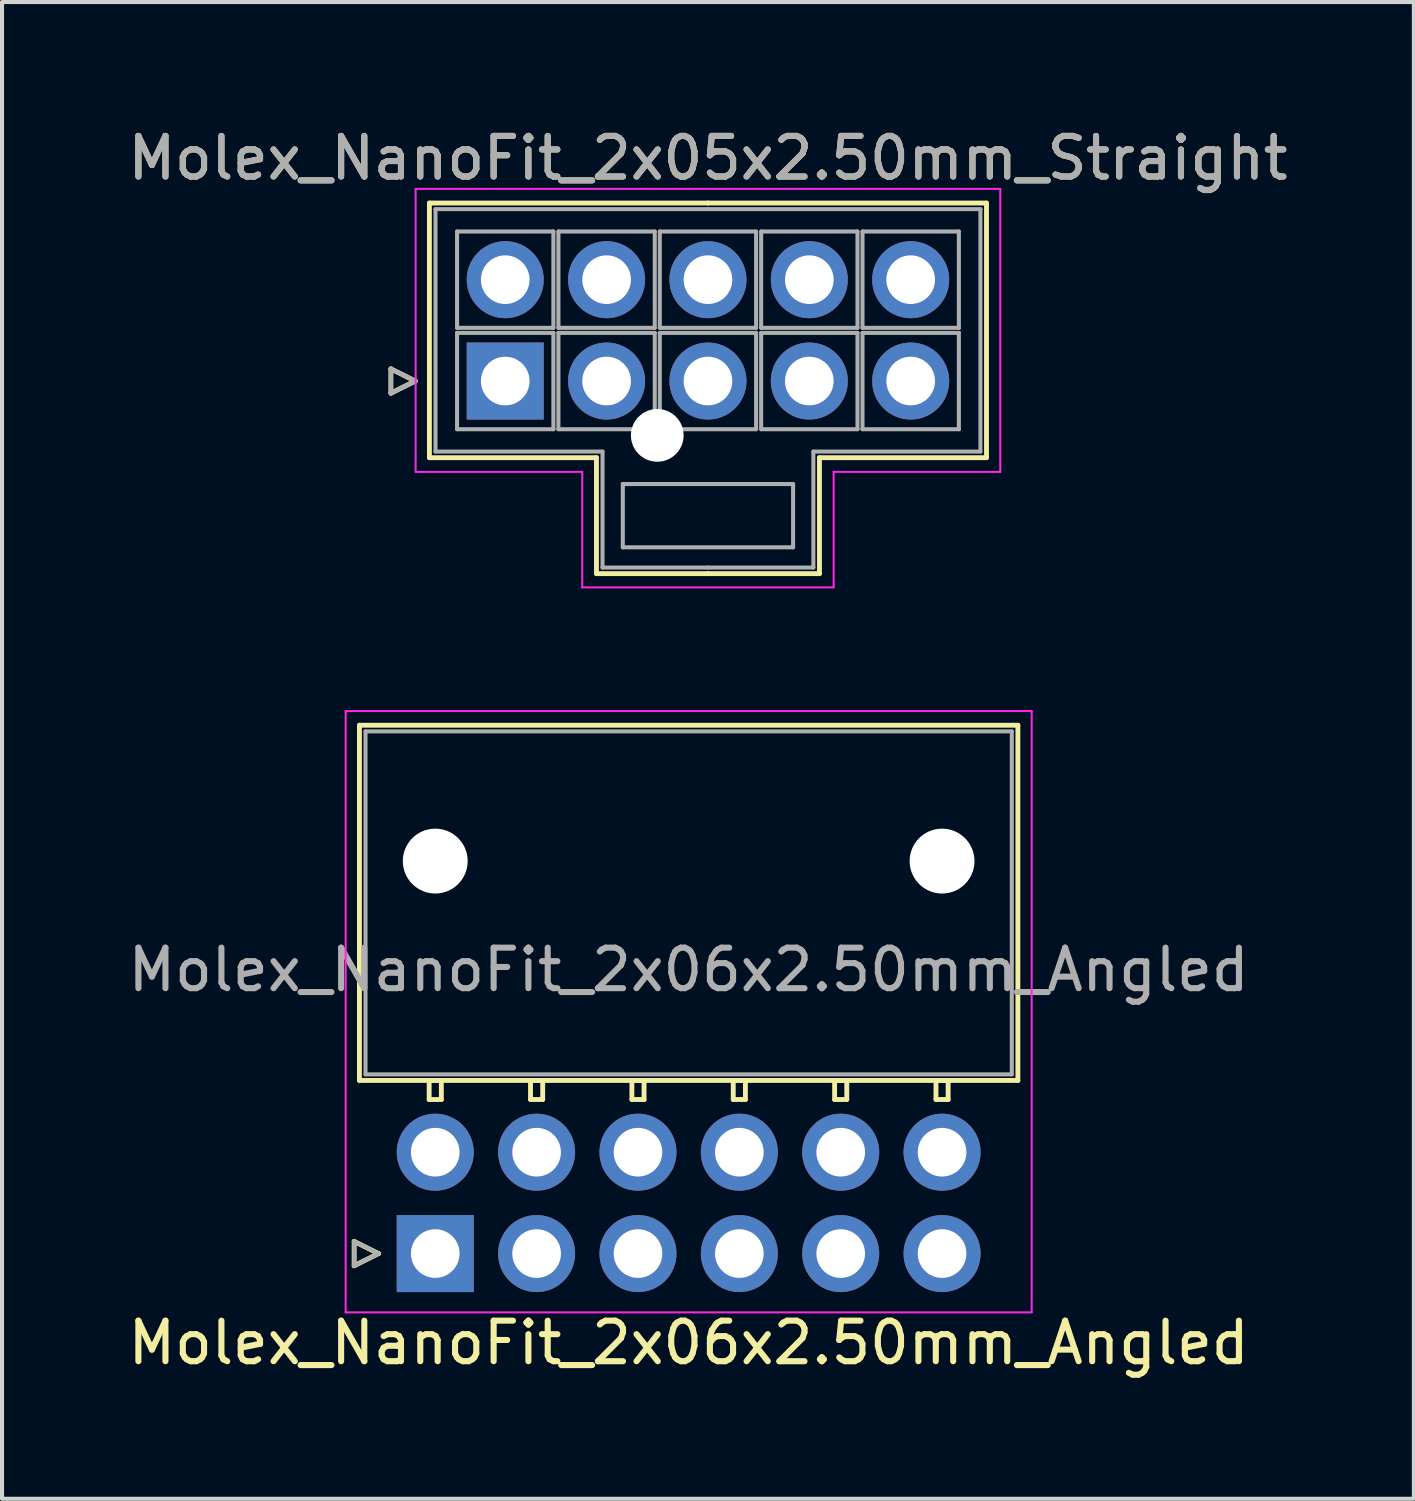
<source format=kicad_pcb>
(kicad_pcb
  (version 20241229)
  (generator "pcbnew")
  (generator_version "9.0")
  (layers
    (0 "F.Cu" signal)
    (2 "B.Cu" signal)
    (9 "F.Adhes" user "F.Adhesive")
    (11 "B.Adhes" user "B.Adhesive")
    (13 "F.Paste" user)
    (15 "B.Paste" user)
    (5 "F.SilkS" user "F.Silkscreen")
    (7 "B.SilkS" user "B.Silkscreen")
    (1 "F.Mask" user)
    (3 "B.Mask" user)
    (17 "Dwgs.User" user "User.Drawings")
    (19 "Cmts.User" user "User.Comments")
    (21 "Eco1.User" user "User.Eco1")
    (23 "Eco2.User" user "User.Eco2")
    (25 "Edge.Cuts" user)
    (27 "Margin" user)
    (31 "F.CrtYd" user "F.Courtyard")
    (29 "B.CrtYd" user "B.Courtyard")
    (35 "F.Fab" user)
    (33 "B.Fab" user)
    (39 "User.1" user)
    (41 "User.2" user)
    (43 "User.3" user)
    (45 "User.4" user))
  (footprint "Molex_NanoFit_2x05x2.50mm_Straight"
    (layer "F.Cu")
    (at 9.411 6.348)
    (property "Reference" "Molex_NanoFit_2x05x2.50mm_Straight" (at 5 -5.5 0) (layer "F.SilkS") (effects (font (size 1 1) (thickness 0.15))))
    (attr through_hole)
    (fp_line (start -2.82 -0.3) (end -2.22 0) (stroke (width 0.12) (type solid)) (layer "F.SilkS"))
    (fp_line (start -2.82 0.3) (end -2.82 -0.3) (stroke (width 0.12) (type solid)) (layer "F.SilkS"))
    (fp_line (start -2.22 0) (end -2.82 0.3) (stroke (width 0.12) (type solid)) (layer "F.SilkS"))
    (fp_line (start -1.87 -4.39) (end -1.87 1.89) (stroke (width 0.12) (type solid)) (layer "F.SilkS"))
    (fp_line (start -1.87 1.89) (end 2.25 1.89) (stroke (width 0.12) (type solid)) (layer "F.SilkS"))
    (fp_line (start 2.25 1.89) (end 2.25 4.75) (stroke (width 0.12) (type solid)) (layer "F.SilkS"))
    (fp_line (start 2.25 4.75) (end 5 4.75) (stroke (width 0.12) (type solid)) (layer "F.SilkS"))
    (fp_line (start 5 -4.39) (end -1.87 -4.39) (stroke (width 0.12) (type solid)) (layer "F.SilkS"))
    (fp_line (start 5 -4.39) (end 11.87 -4.39) (stroke (width 0.12) (type solid)) (layer "F.SilkS"))
    (fp_line (start 7.75 1.89) (end 7.75 4.75) (stroke (width 0.12) (type solid)) (layer "F.SilkS"))
    (fp_line (start 7.75 4.75) (end 5 4.75) (stroke (width 0.12) (type solid)) (layer "F.SilkS"))
    (fp_line (start 11.87 -4.39) (end 11.87 1.89) (stroke (width 0.12) (type solid)) (layer "F.SilkS"))
    (fp_line (start 11.87 1.89) (end 7.75 1.89) (stroke (width 0.12) (type solid)) (layer "F.SilkS"))
    (fp_line (start -2.21 -4.74) (end -2.21 2.24) (stroke (width 0.05) (type solid)) (layer "F.CrtYd"))
    (fp_line (start -2.21 2.24) (end 1.9 2.24) (stroke (width 0.05) (type solid)) (layer "F.CrtYd"))
    (fp_line (start 1.9 2.24) (end 1.9 5.09) (stroke (width 0.05) (type solid)) (layer "F.CrtYd"))
    (fp_line (start 1.9 5.09) (end 8.1 5.09) (stroke (width 0.05) (type solid)) (layer "F.CrtYd"))
    (fp_line (start 8.1 2.24) (end 12.21 2.24) (stroke (width 0.05) (type solid)) (layer "F.CrtYd"))
    (fp_line (start 8.1 5.09) (end 8.1 2.24) (stroke (width 0.05) (type solid)) (layer "F.CrtYd"))
    (fp_line (start 12.21 -4.74) (end -2.21 -4.74) (stroke (width 0.05) (type solid)) (layer "F.CrtYd"))
    (fp_line (start 12.21 2.24) (end 12.21 -4.74) (stroke (width 0.05) (type solid)) (layer "F.CrtYd"))
    (fp_line (start -2.82 -0.3) (end -2.22 0) (stroke (width 0.1) (type solid)) (layer "F.Fab"))
    (fp_line (start -2.82 0.3) (end -2.82 -0.3) (stroke (width 0.1) (type solid)) (layer "F.Fab"))
    (fp_line (start -2.22 0) (end -2.82 0.3) (stroke (width 0.1) (type solid)) (layer "F.Fab"))
    (fp_line (start -1.72 -4.24) (end -1.72 1.74) (stroke (width 0.1) (type solid)) (layer "F.Fab"))
    (fp_line (start -1.72 1.74) (end 2.4 1.74) (stroke (width 0.1) (type solid)) (layer "F.Fab"))
    (fp_line (start -1.188 -3.688) (end -1.188 -1.312) (stroke (width 0.1) (type solid)) (layer "F.Fab"))
    (fp_line (start -1.188 -1.312) (end 1.188 -1.312) (stroke (width 0.1) (type solid)) (layer "F.Fab"))
    (fp_line (start -1.188 -1.188) (end -1.188 1.188) (stroke (width 0.1) (type solid)) (layer "F.Fab"))
    (fp_line (start -1.188 1.188) (end 1.188 1.188) (stroke (width 0.1) (type solid)) (layer "F.Fab"))
    (fp_line (start 1.188 -3.688) (end -1.188 -3.688) (stroke (width 0.1) (type solid)) (layer "F.Fab"))
    (fp_line (start 1.188 -1.312) (end 1.188 -3.688) (stroke (width 0.1) (type solid)) (layer "F.Fab"))
    (fp_line (start 1.188 -1.188) (end -1.188 -1.188) (stroke (width 0.1) (type solid)) (layer "F.Fab"))
    (fp_line (start 1.188 1.188) (end 1.188 -1.188) (stroke (width 0.1) (type solid)) (layer "F.Fab"))
    (fp_line (start 1.312 -3.688) (end 1.312 -1.312) (stroke (width 0.1) (type solid)) (layer "F.Fab"))
    (fp_line (start 1.312 -1.312) (end 3.688 -1.312) (stroke (width 0.1) (type solid)) (layer "F.Fab"))
    (fp_line (start 1.312 -1.188) (end 1.312 1.188) (stroke (width 0.1) (type solid)) (layer "F.Fab"))
    (fp_line (start 1.312 1.188) (end 3.688 1.188) (stroke (width 0.1) (type solid)) (layer "F.Fab"))
    (fp_line (start 2.4 1.74) (end 2.4 4.6) (stroke (width 0.1) (type solid)) (layer "F.Fab"))
    (fp_line (start 2.4 4.6) (end 5 4.6) (stroke (width 0.1) (type solid)) (layer "F.Fab"))
    (fp_line (start 2.9 2.54) (end 2.9 4.1) (stroke (width 0.1) (type solid)) (layer "F.Fab"))
    (fp_line (start 2.9 4.1) (end 7.1 4.1) (stroke (width 0.1) (type solid)) (layer "F.Fab"))
    (fp_line (start 3.688 -3.688) (end 1.312 -3.688) (stroke (width 0.1) (type solid)) (layer "F.Fab"))
    (fp_line (start 3.688 -1.312) (end 3.688 -3.688) (stroke (width 0.1) (type solid)) (layer "F.Fab"))
    (fp_line (start 3.688 -1.188) (end 1.312 -1.188) (stroke (width 0.1) (type solid)) (layer "F.Fab"))
    (fp_line (start 3.688 1.188) (end 3.688 -1.188) (stroke (width 0.1) (type solid)) (layer "F.Fab"))
    (fp_line (start 3.812 -3.688) (end 3.812 -1.312) (stroke (width 0.1) (type solid)) (layer "F.Fab"))
    (fp_line (start 3.812 -1.312) (end 6.188 -1.312) (stroke (width 0.1) (type solid)) (layer "F.Fab"))
    (fp_line (start 3.812 -1.188) (end 3.812 1.188) (stroke (width 0.1) (type solid)) (layer "F.Fab"))
    (fp_line (start 3.812 1.188) (end 6.188 1.188) (stroke (width 0.1) (type solid)) (layer "F.Fab"))
    (fp_line (start 5 -4.24) (end -1.72 -4.24) (stroke (width 0.1) (type solid)) (layer "F.Fab"))
    (fp_line (start 5 -4.24) (end 11.72 -4.24) (stroke (width 0.1) (type solid)) (layer "F.Fab"))
    (fp_line (start 6.188 -3.688) (end 3.812 -3.688) (stroke (width 0.1) (type solid)) (layer "F.Fab"))
    (fp_line (start 6.188 -1.312) (end 6.188 -3.688) (stroke (width 0.1) (type solid)) (layer "F.Fab"))
    (fp_line (start 6.188 -1.188) (end 3.812 -1.188) (stroke (width 0.1) (type solid)) (layer "F.Fab"))
    (fp_line (start 6.188 1.188) (end 6.188 -1.188) (stroke (width 0.1) (type solid)) (layer "F.Fab"))
    (fp_line (start 6.312 -3.688) (end 6.312 -1.312) (stroke (width 0.1) (type solid)) (layer "F.Fab"))
    (fp_line (start 6.312 -1.312) (end 8.688 -1.312) (stroke (width 0.1) (type solid)) (layer "F.Fab"))
    (fp_line (start 6.312 -1.188) (end 6.312 1.188) (stroke (width 0.1) (type solid)) (layer "F.Fab"))
    (fp_line (start 6.312 1.188) (end 8.688 1.188) (stroke (width 0.1) (type solid)) (layer "F.Fab"))
    (fp_line (start 7.1 2.54) (end 2.9 2.54) (stroke (width 0.1) (type solid)) (layer "F.Fab"))
    (fp_line (start 7.1 4.1) (end 7.1 2.54) (stroke (width 0.1) (type solid)) (layer "F.Fab"))
    (fp_line (start 7.6 1.74) (end 7.6 4.6) (stroke (width 0.1) (type solid)) (layer "F.Fab"))
    (fp_line (start 7.6 4.6) (end 5 4.6) (stroke (width 0.1) (type solid)) (layer "F.Fab"))
    (fp_line (start 8.688 -3.688) (end 6.312 -3.688) (stroke (width 0.1) (type solid)) (layer "F.Fab"))
    (fp_line (start 8.688 -1.312) (end 8.688 -3.688) (stroke (width 0.1) (type solid)) (layer "F.Fab"))
    (fp_line (start 8.688 -1.188) (end 6.312 -1.188) (stroke (width 0.1) (type solid)) (layer "F.Fab"))
    (fp_line (start 8.688 1.188) (end 8.688 -1.188) (stroke (width 0.1) (type solid)) (layer "F.Fab"))
    (fp_line (start 8.812 -3.688) (end 8.812 -1.312) (stroke (width 0.1) (type solid)) (layer "F.Fab"))
    (fp_line (start 8.812 -1.312) (end 11.188 -1.312) (stroke (width 0.1) (type solid)) (layer "F.Fab"))
    (fp_line (start 8.812 -1.188) (end 8.812 1.188) (stroke (width 0.1) (type solid)) (layer "F.Fab"))
    (fp_line (start 8.812 1.188) (end 11.188 1.188) (stroke (width 0.1) (type solid)) (layer "F.Fab"))
    (fp_line (start 11.188 -3.688) (end 8.812 -3.688) (stroke (width 0.1) (type solid)) (layer "F.Fab"))
    (fp_line (start 11.188 -1.312) (end 11.188 -3.688) (stroke (width 0.1) (type solid)) (layer "F.Fab"))
    (fp_line (start 11.188 -1.188) (end 8.812 -1.188) (stroke (width 0.1) (type solid)) (layer "F.Fab"))
    (fp_line (start 11.188 1.188) (end 11.188 -1.188) (stroke (width 0.1) (type solid)) (layer "F.Fab"))
    (fp_line (start 11.72 -4.24) (end 11.72 1.74) (stroke (width 0.1) (type solid)) (layer "F.Fab"))
    (fp_line (start 11.72 1.74) (end 7.6 1.74) (stroke (width 0.1) (type solid)) (layer "F.Fab"))
    (fp_text user "${REFERENCE}" (at 5 -5.5 0) (layer "F.Fab") (effects (font (size 1 1) (thickness 0.15))))
    (pad "" np_thru_hole circle (at 3.75 1.34) (size 1.3 1.3) (drill 1.3) (layers "*.Cu" "*.Mask"))
    (pad "1" thru_hole rect (at 0 0) (size 1.9 1.9) (drill 1.2) (layers "*.Cu" "*.Mask"))
    (pad "2" thru_hole circle (at 2.5 0) (size 1.9 1.9) (drill 1.2) (layers "*.Cu" "*.Mask"))
    (pad "3" thru_hole circle (at 5 0) (size 1.9 1.9) (drill 1.2) (layers "*.Cu" "*.Mask"))
    (pad "4" thru_hole circle (at 7.5 0) (size 1.9 1.9) (drill 1.2) (layers "*.Cu" "*.Mask"))
    (pad "5" thru_hole circle (at 10 0) (size 1.9 1.9) (drill 1.2) (layers "*.Cu" "*.Mask"))
    (pad "6" thru_hole circle (at 0 -2.5) (size 1.9 1.9) (drill 1.2) (layers "*.Cu" "*.Mask"))
    (pad "7" thru_hole circle (at 2.5 -2.5) (size 1.9 1.9) (drill 1.2) (layers "*.Cu" "*.Mask"))
    (pad "8" thru_hole circle (at 5 -2.5) (size 1.9 1.9) (drill 1.2) (layers "*.Cu" "*.Mask"))
    (pad "9" thru_hole circle (at 7.5 -2.5) (size 1.9 1.9) (drill 1.2) (layers "*.Cu" "*.Mask"))
    (pad "10" thru_hole circle (at 10 -2.5) (size 1.9 1.9) (drill 1.2) (layers "*.Cu" "*.Mask")))
  (footprint "Molex_NanoFit_2x06x2.50mm_Angled"
    (layer "F.Cu")
    (at 7.685 27.868)
    (property "Reference" "Molex_NanoFit_2x06x2.50mm_Angled" (at 6.25 2.2 0) (layer "F.SilkS") (effects (font (size 1 1) (thickness 0.15))))
    (attr through_hole)
    (fp_line (start -2 -0.3) (end -1.4 0) (stroke (width 0.12) (type solid)) (layer "F.SilkS"))
    (fp_line (start -2 0.3) (end -2 -0.3) (stroke (width 0.12) (type solid)) (layer "F.SilkS"))
    (fp_line (start -1.87 -13.03) (end -1.87 -4.27) (stroke (width 0.12) (type solid)) (layer "F.SilkS"))
    (fp_line (start -1.87 -4.27) (end 14.37 -4.27) (stroke (width 0.12) (type solid)) (layer "F.SilkS"))
    (fp_line (start -1.4 0) (end -2 0.3) (stroke (width 0.12) (type solid)) (layer "F.SilkS"))
    (fp_line (start -0.15 -4.27) (end -0.15 -3.8) (stroke (width 0.12) (type solid)) (layer "F.SilkS"))
    (fp_line (start -0.15 -3.8) (end 0.15 -3.8) (stroke (width 0.12) (type solid)) (layer "F.SilkS"))
    (fp_line (start 0.15 -4.27) (end -0.15 -4.27) (stroke (width 0.12) (type solid)) (layer "F.SilkS"))
    (fp_line (start 0.15 -3.8) (end 0.15 -4.27) (stroke (width 0.12) (type solid)) (layer "F.SilkS"))
    (fp_line (start 2.35 -4.27) (end 2.35 -3.8) (stroke (width 0.12) (type solid)) (layer "F.SilkS"))
    (fp_line (start 2.35 -3.8) (end 2.65 -3.8) (stroke (width 0.12) (type solid)) (layer "F.SilkS"))
    (fp_line (start 2.65 -4.27) (end 2.35 -4.27) (stroke (width 0.12) (type solid)) (layer "F.SilkS"))
    (fp_line (start 2.65 -3.8) (end 2.65 -4.27) (stroke (width 0.12) (type solid)) (layer "F.SilkS"))
    (fp_line (start 4.85 -4.27) (end 4.85 -3.8) (stroke (width 0.12) (type solid)) (layer "F.SilkS"))
    (fp_line (start 4.85 -3.8) (end 5.15 -3.8) (stroke (width 0.12) (type solid)) (layer "F.SilkS"))
    (fp_line (start 5.15 -4.27) (end 4.85 -4.27) (stroke (width 0.12) (type solid)) (layer "F.SilkS"))
    (fp_line (start 5.15 -3.8) (end 5.15 -4.27) (stroke (width 0.12) (type solid)) (layer "F.SilkS"))
    (fp_line (start 7.35 -4.27) (end 7.35 -3.8) (stroke (width 0.12) (type solid)) (layer "F.SilkS"))
    (fp_line (start 7.35 -3.8) (end 7.65 -3.8) (stroke (width 0.12) (type solid)) (layer "F.SilkS"))
    (fp_line (start 7.65 -4.27) (end 7.35 -4.27) (stroke (width 0.12) (type solid)) (layer "F.SilkS"))
    (fp_line (start 7.65 -3.8) (end 7.65 -4.27) (stroke (width 0.12) (type solid)) (layer "F.SilkS"))
    (fp_line (start 9.85 -4.27) (end 9.85 -3.8) (stroke (width 0.12) (type solid)) (layer "F.SilkS"))
    (fp_line (start 9.85 -3.8) (end 10.15 -3.8) (stroke (width 0.12) (type solid)) (layer "F.SilkS"))
    (fp_line (start 10.15 -4.27) (end 9.85 -4.27) (stroke (width 0.12) (type solid)) (layer "F.SilkS"))
    (fp_line (start 10.15 -3.8) (end 10.15 -4.27) (stroke (width 0.12) (type solid)) (layer "F.SilkS"))
    (fp_line (start 12.35 -4.27) (end 12.35 -3.8) (stroke (width 0.12) (type solid)) (layer "F.SilkS"))
    (fp_line (start 12.35 -3.8) (end 12.65 -3.8) (stroke (width 0.12) (type solid)) (layer "F.SilkS"))
    (fp_line (start 12.65 -4.27) (end 12.35 -4.27) (stroke (width 0.12) (type solid)) (layer "F.SilkS"))
    (fp_line (start 12.65 -3.8) (end 12.65 -4.27) (stroke (width 0.12) (type solid)) (layer "F.SilkS"))
    (fp_line (start 14.37 -13.03) (end -1.87 -13.03) (stroke (width 0.12) (type solid)) (layer "F.SilkS"))
    (fp_line (start 14.37 -4.27) (end 14.37 -13.03) (stroke (width 0.12) (type solid)) (layer "F.SilkS"))
    (fp_line (start -2.21 -13.38) (end -2.21 1.45) (stroke (width 0.05) (type solid)) (layer "F.CrtYd"))
    (fp_line (start -2.21 1.45) (end 14.71 1.45) (stroke (width 0.05) (type solid)) (layer "F.CrtYd"))
    (fp_line (start 14.71 -13.38) (end -2.21 -13.38) (stroke (width 0.05) (type solid)) (layer "F.CrtYd"))
    (fp_line (start 14.71 1.45) (end 14.71 -13.38) (stroke (width 0.05) (type solid)) (layer "F.CrtYd"))
    (fp_line (start -2 -0.3) (end -1.4 0) (stroke (width 0.1) (type solid)) (layer "F.Fab"))
    (fp_line (start -2 0.3) (end -2 -0.3) (stroke (width 0.1) (type solid)) (layer "F.Fab"))
    (fp_line (start -1.72 -12.88) (end -1.72 -4.42) (stroke (width 0.1) (type solid)) (layer "F.Fab"))
    (fp_line (start -1.72 -4.42) (end 14.22 -4.42) (stroke (width 0.1) (type solid)) (layer "F.Fab"))
    (fp_line (start -1.4 0) (end -2 0.3) (stroke (width 0.1) (type solid)) (layer "F.Fab"))
    (fp_line (start 14.22 -12.88) (end -1.72 -12.88) (stroke (width 0.1) (type solid)) (layer "F.Fab"))
    (fp_line (start 14.22 -4.42) (end 14.22 -12.88) (stroke (width 0.1) (type solid)) (layer "F.Fab"))
    (fp_text user "${REFERENCE}" (at 6.25 -7 0) (layer "F.Fab") (effects (font (size 1 1) (thickness 0.15))))
    (pad "" np_thru_hole circle (at 0 -9.68) (size 1.6 1.6) (drill 1.6) (layers "*.Cu" "*.Mask"))
    (pad "" np_thru_hole circle (at 12.5 -9.68) (size 1.6 1.6) (drill 1.6) (layers "*.Cu" "*.Mask"))
    (pad "1" thru_hole rect (at 0 0) (size 1.9 1.9) (drill 1.2) (layers "*.Cu" "*.Mask"))
    (pad "2" thru_hole circle (at 2.5 0) (size 1.9 1.9) (drill 1.2) (layers "*.Cu" "*.Mask"))
    (pad "3" thru_hole circle (at 5 0) (size 1.9 1.9) (drill 1.2) (layers "*.Cu" "*.Mask"))
    (pad "4" thru_hole circle (at 7.5 0) (size 1.9 1.9) (drill 1.2) (layers "*.Cu" "*.Mask"))
    (pad "5" thru_hole circle (at 10 0) (size 1.9 1.9) (drill 1.2) (layers "*.Cu" "*.Mask"))
    (pad "6" thru_hole circle (at 12.5 0) (size 1.9 1.9) (drill 1.2) (layers "*.Cu" "*.Mask"))
    (pad "7" thru_hole circle (at 0 -2.5) (size 1.9 1.9) (drill 1.2) (layers "*.Cu" "*.Mask"))
    (pad "8" thru_hole circle (at 2.5 -2.5) (size 1.9 1.9) (drill 1.2) (layers "*.Cu" "*.Mask"))
    (pad "9" thru_hole circle (at 5 -2.5) (size 1.9 1.9) (drill 1.2) (layers "*.Cu" "*.Mask"))
    (pad "10" thru_hole circle (at 7.5 -2.5) (size 1.9 1.9) (drill 1.2) (layers "*.Cu" "*.Mask"))
    (pad "11" thru_hole circle (at 10 -2.5) (size 1.9 1.9) (drill 1.2) (layers "*.Cu" "*.Mask"))
    (pad "12" thru_hole circle (at 12.5 -2.5) (size 1.9 1.9) (drill 1.2) (layers "*.Cu" "*.Mask")))
  (gr_rect
    (start -3 -3)
    (end 31.821 33.916)
    (stroke (width 0.1) (type default))
    (fill no)
    (layer "Edge.Cuts")))
</source>
